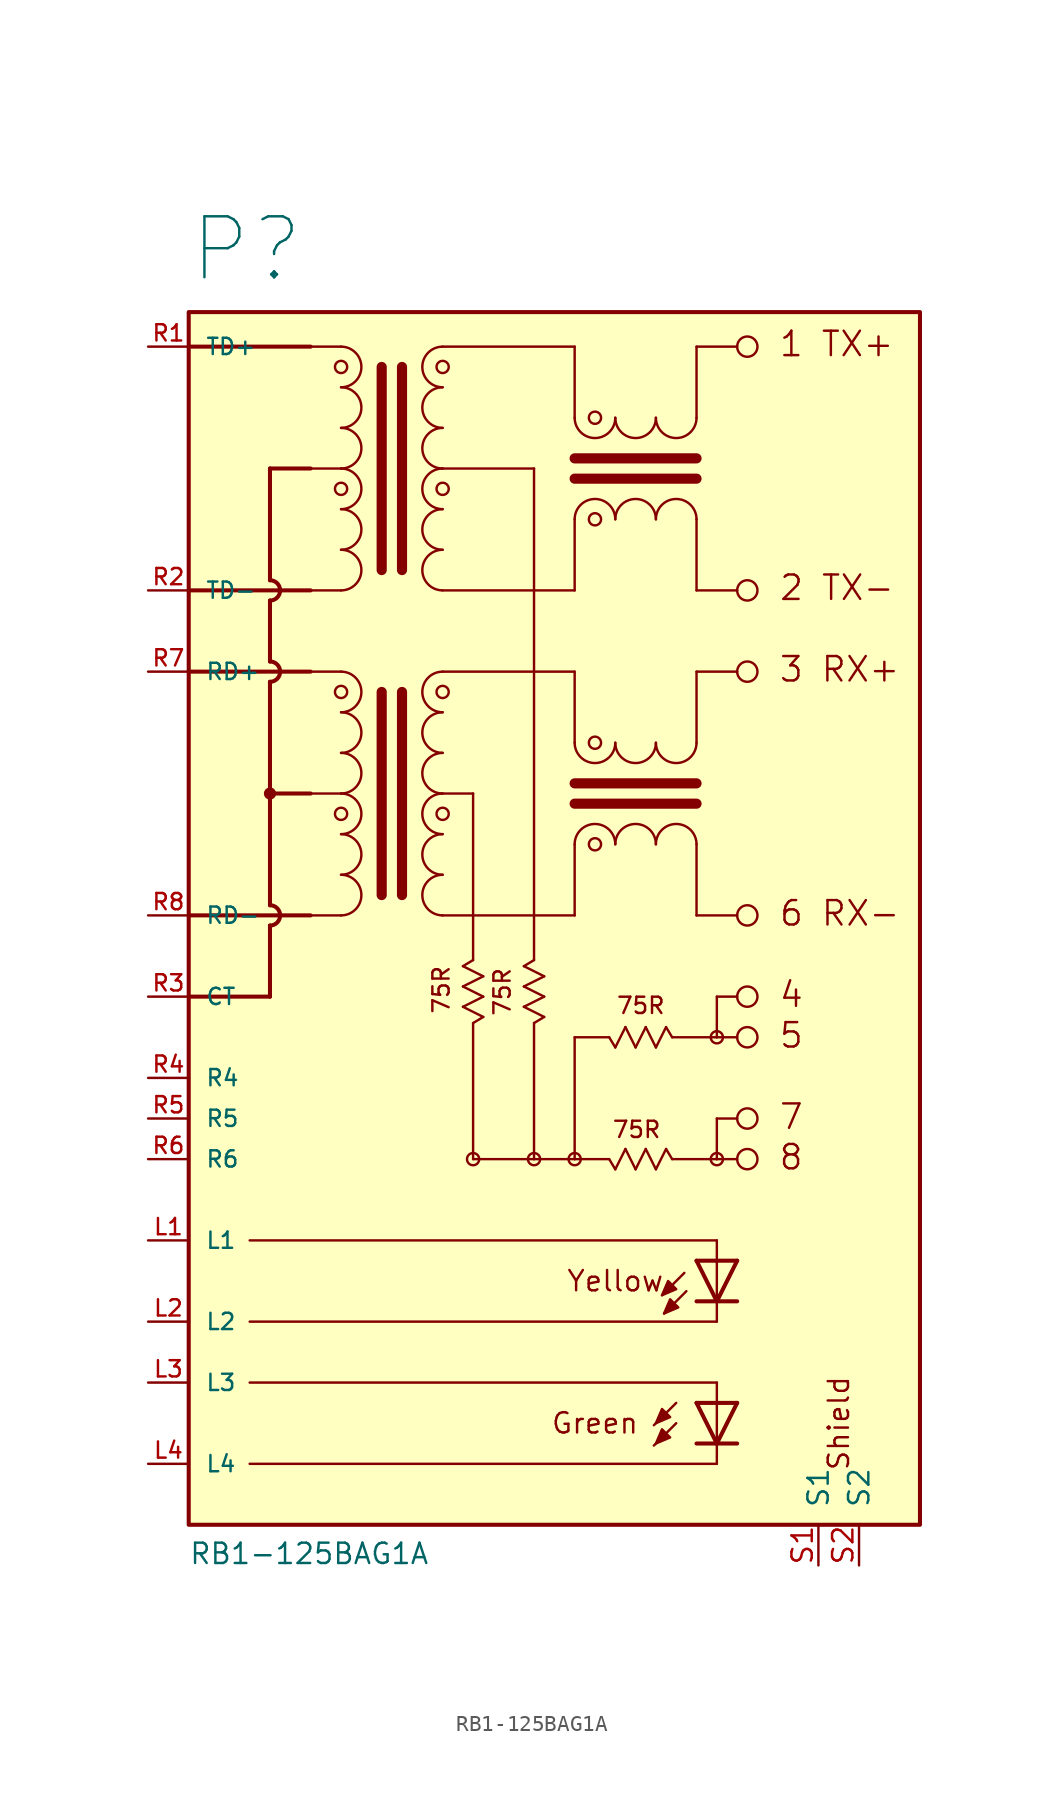
<source format=kicad_sym>
(kicad_symbol_lib
  (version 20220914)
  (generator kicad_symbol_editor)
  (symbol "RB1-125BAG1A"
    (pin_names
      (offset 1.016))
    (property "Reference" "P"
      (at -22.885 39.426 0)
      (effects (font (size 3.81 3.81)) (justify left bottom)))
    (property "Value" "RB1-125BAG1A"
      (at -22.865 -40.652 0)
      (effects (font (size 1.27 1.27)) (justify left bottom)))
    (symbol "RB1-125BAG1A_0_0"
      (rectangle (start -22.86 37.719) (end 22.86 -38.1) (stroke (width 0.254) (type default)) (fill (type background)))
      (arc (start -17.78 -0.635) (mid -17.331 -0.449) (end -17.145 0) (stroke (width 0.254) (type default)) (fill (type none)))
      (circle (center -17.78 7.62) (radius 0.254) (stroke (width 0.254) (type default)) (fill (type none)))
      (arc (start -17.78 14.605) (mid -17.331 14.791) (end -17.145 15.24) (stroke (width 0.254) (type default)) (fill (type none)))
      (arc (start -17.78 19.685) (mid -17.331 19.871) (end -17.145 20.32) (stroke (width 0.254) (type default)) (fill (type none)))
      (arc (start -17.145 0) (mid -17.331 0.449) (end -17.78 0.635) (stroke (width 0.254) (type default)) (fill (type none)))
      (arc (start -17.145 15.24) (mid -17.331 15.689) (end -17.78 15.875) (stroke (width 0.254) (type default)) (fill (type none)))
      (arc (start -17.145 20.32) (mid -17.331 20.769) (end -17.78 20.955) (stroke (width 0.254) (type default)) (fill (type none)))
      (arc (start -13.335 0) (mid -12.0705 1.27) (end -13.335 2.54) (stroke (width 0.1524) (type default)) (fill (type none)))
      (arc (start -13.335 2.54) (mid -12.0705 3.81) (end -13.335 5.08) (stroke (width 0.1524) (type default)) (fill (type none)))
      (arc (start -13.335 5.08) (mid -12.0705 6.35) (end -13.335 7.62) (stroke (width 0.1524) (type default)) (fill (type none)))
      (circle (center -13.335 6.35) (radius 0.381) (stroke (width 0) (type default)) (fill (type none)))
      (arc (start -13.335 7.62) (mid -12.0705 8.89) (end -13.335 10.16) (stroke (width 0.1524) (type default)) (fill (type none)))
      (arc (start -13.335 10.16) (mid -12.0705 11.43) (end -13.335 12.7) (stroke (width 0.1524) (type default)) (fill (type none)))
      (arc (start -13.335 12.7) (mid -12.0705 13.97) (end -13.335 15.24) (stroke (width 0.1524) (type default)) (fill (type none)))
      (circle (center -13.335 13.97) (radius 0.381) (stroke (width 0) (type default)) (fill (type none)))
      (arc (start -13.335 20.32) (mid -12.0705 21.59) (end -13.335 22.86) (stroke (width 0.1524) (type default)) (fill (type none)))
      (arc (start -13.335 22.86) (mid -12.0705 24.13) (end -13.335 25.4) (stroke (width 0.1524) (type default)) (fill (type none)))
      (arc (start -13.335 25.4) (mid -12.0705 26.67) (end -13.335 27.94) (stroke (width 0.1524) (type default)) (fill (type none)))
      (circle (center -13.335 26.67) (radius 0.381) (stroke (width 0) (type default)) (fill (type none)))
      (arc (start -13.335 27.94) (mid -12.0705 29.21) (end -13.335 30.48) (stroke (width 0.1524) (type default)) (fill (type none)))
      (arc (start -13.335 30.48) (mid -12.0705 31.75) (end -13.335 33.02) (stroke (width 0.1524) (type default)) (fill (type none)))
      (arc (start -13.335 33.02) (mid -12.0705 34.29) (end -13.335 35.56) (stroke (width 0.1524) (type default)) (fill (type none)))
      (circle (center -13.335 34.29) (radius 0.381) (stroke (width 0) (type default)) (fill (type none)))
      (arc (start -6.985 2.54) (mid -8.2495 1.27) (end -6.985 0) (stroke (width 0.1524) (type default)) (fill (type none)))
      (arc (start -6.985 5.08) (mid -8.2495 3.81) (end -6.985 2.54) (stroke (width 0.1524) (type default)) (fill (type none)))
      (circle (center -6.985 6.35) (radius 0.381) (stroke (width 0) (type default)) (fill (type none)))
      (arc (start -6.985 7.62) (mid -8.2495 6.35) (end -6.985 5.08) (stroke (width 0.1524) (type default)) (fill (type none)))
      (arc (start -6.985 10.16) (mid -8.2495 8.89) (end -6.985 7.62) (stroke (width 0.1524) (type default)) (fill (type none)))
      (arc (start -6.985 12.7) (mid -8.2495 11.43) (end -6.985 10.16) (stroke (width 0.1524) (type default)) (fill (type none)))
      (circle (center -6.985 13.97) (radius 0.381) (stroke (width 0) (type default)) (fill (type none)))
      (arc (start -6.985 15.24) (mid -8.2495 13.97) (end -6.985 12.7) (stroke (width 0.1524) (type default)) (fill (type none)))
      (arc (start -6.985 22.86) (mid -8.2495 21.59) (end -6.985 20.32) (stroke (width 0.1524) (type default)) (fill (type none)))
      (arc (start -6.985 25.4) (mid -8.2495 24.13) (end -6.985 22.86) (stroke (width 0.1524) (type default)) (fill (type none)))
      (circle (center -6.985 26.67) (radius 0.381) (stroke (width 0) (type default)) (fill (type none)))
      (arc (start -6.985 27.94) (mid -8.2495 26.67) (end -6.985 25.4) (stroke (width 0.1524) (type default)) (fill (type none)))
      (arc (start -6.985 30.48) (mid -8.2495 29.21) (end -6.985 27.94) (stroke (width 0.1524) (type default)) (fill (type none)))
      (arc (start -6.985 33.02) (mid -8.2495 31.75) (end -6.985 30.48) (stroke (width 0.1524) (type default)) (fill (type none)))
      (circle (center -6.985 34.29) (radius 0.381) (stroke (width 0) (type default)) (fill (type none)))
      (arc (start -6.985 35.56) (mid -8.2495 34.29) (end -6.985 33.02) (stroke (width 0.1524) (type default)) (fill (type none)))
      (circle (center -5.08 -15.24) (radius 0.381) (stroke (width 0) (type default)) (fill (type none)))
      (circle (center -1.27 -15.24) (radius 0.381) (stroke (width 0) (type default)) (fill (type none)))
      (polyline (pts (xy -22.86 0) (xy -17.145 0)) (stroke (width 0.254) (type default)) (fill (type none)))
      (polyline (pts (xy -22.86 15.24) (xy -17.145 15.24)) (stroke (width 0.254) (type default)) (fill (type none)))
      (polyline (pts (xy -22.86 20.32) (xy -17.145 20.32)) (stroke (width 0.254) (type default)) (fill (type none)))
      (polyline (pts (xy -22.86 35.56) (xy -15.24 35.56)) (stroke (width 0.254) (type default)) (fill (type none)))
      (polyline (pts (xy -19.05 -34.29) (xy 10.16 -34.29)) (stroke (width 0.152) (type default)) (fill (type none)))
      (polyline (pts (xy -19.05 -29.21) (xy 10.16 -29.21)) (stroke (width 0.152) (type default)) (fill (type none)))
      (polyline (pts (xy -19.05 -25.4) (xy 10.16 -25.4)) (stroke (width 0.152) (type default)) (fill (type none)))
      (polyline (pts (xy -19.05 -20.32) (xy 10.16 -20.32)) (stroke (width 0.152) (type default)) (fill (type none)))
      (polyline (pts (xy -17.78 -5.08) (xy -22.86 -5.08)) (stroke (width 0.254) (type default)) (fill (type none)))
      (polyline (pts (xy -17.78 -0.635) (xy -17.78 -5.08)) (stroke (width 0.254) (type default)) (fill (type none)))
      (polyline (pts (xy -17.78 14.605) (xy -17.78 0.635)) (stroke (width 0.254) (type default)) (fill (type none)))
      (polyline (pts (xy -17.78 19.685) (xy -17.78 15.875)) (stroke (width 0.254) (type default)) (fill (type none)))
      (polyline (pts (xy -17.78 27.94) (xy -17.78 20.955)) (stroke (width 0.254) (type default)) (fill (type none)))
      (polyline (pts (xy -17.145 0) (xy -15.24 0)) (stroke (width 0.254) (type default)) (fill (type none)))
      (polyline (pts (xy -17.145 15.24) (xy -15.24 15.24)) (stroke (width 0.254) (type default)) (fill (type none)))
      (polyline (pts (xy -17.145 20.32) (xy -15.24 20.32)) (stroke (width 0.254) (type default)) (fill (type none)))
      (polyline (pts (xy -15.24 0) (xy -13.335 0)) (stroke (width 0.152) (type default)) (fill (type none)))
      (polyline (pts (xy -15.24 7.62) (xy -17.78 7.62)) (stroke (width 0.254) (type default)) (fill (type none)))
      (polyline (pts (xy -15.24 7.62) (xy -13.335 7.62)) (stroke (width 0.152) (type default)) (fill (type none)))
      (polyline (pts (xy -15.24 15.24) (xy -13.335 15.24)) (stroke (width 0.152) (type default)) (fill (type none)))
      (polyline (pts (xy -15.24 20.32) (xy -13.335 20.32)) (stroke (width 0.152) (type default)) (fill (type none)))
      (polyline (pts (xy -15.24 27.94) (xy -17.78 27.94)) (stroke (width 0.254) (type default)) (fill (type none)))
      (polyline (pts (xy -15.24 27.94) (xy -13.335 27.94)) (stroke (width 0.152) (type default)) (fill (type none)))
      (polyline (pts (xy -15.24 35.56) (xy -13.335 35.56)) (stroke (width 0.152) (type default)) (fill (type none)))
      (polyline (pts (xy -10.795 13.97) (xy -10.795 1.27)) (stroke (width 0.635) (type default)) (fill (type none)))
      (polyline (pts (xy -10.795 34.29) (xy -10.795 21.59)) (stroke (width 0.635) (type default)) (fill (type none)))
      (polyline (pts (xy -9.525 13.97) (xy -9.525 1.27)) (stroke (width 0.635) (type default)) (fill (type none)))
      (polyline (pts (xy -9.525 34.29) (xy -9.525 21.59)) (stroke (width 0.635) (type default)) (fill (type none)))
      (polyline (pts (xy -6.985 7.62) (xy -5.08 7.62)) (stroke (width 0.152) (type default)) (fill (type none)))
      (polyline (pts (xy -6.985 15.24) (xy 1.27 15.24)) (stroke (width 0.152) (type default)) (fill (type none)))
      (polyline (pts (xy -6.985 27.94) (xy -1.27 27.94)) (stroke (width 0.152) (type default)) (fill (type none)))
      (polyline (pts (xy -6.985 35.56) (xy 1.27 35.56)) (stroke (width 0.152) (type default)) (fill (type none)))
      (polyline (pts (xy -5.715 -5.715) (xy -4.445 -6.35)) (stroke (width 0.152) (type default)) (fill (type none)))
      (polyline (pts (xy -5.715 -4.445) (xy -4.445 -5.08)) (stroke (width 0.152) (type default)) (fill (type none)))
      (polyline (pts (xy -5.715 -3.175) (xy -4.445 -3.81)) (stroke (width 0.152) (type default)) (fill (type none)))
      (polyline (pts (xy -5.08 -15.24) (xy -1.27 -15.24)) (stroke (width 0.152) (type default)) (fill (type none)))
      (polyline (pts (xy -5.08 -6.731) (xy -5.08 -15.24)) (stroke (width 0.152) (type default)) (fill (type none)))
      (polyline (pts (xy -5.08 -2.794) (xy -5.715 -3.175)) (stroke (width 0.152) (type default)) (fill (type none)))
      (polyline (pts (xy -5.08 7.62) (xy -5.08 -2.794)) (stroke (width 0.152) (type default)) (fill (type none)))
      (polyline (pts (xy -4.445 -6.35) (xy -5.08 -6.731)) (stroke (width 0.152) (type default)) (fill (type none)))
      (polyline (pts (xy -4.445 -5.08) (xy -5.715 -5.715)) (stroke (width 0.152) (type default)) (fill (type none)))
      (polyline (pts (xy -4.445 -3.81) (xy -5.715 -4.445)) (stroke (width 0.152) (type default)) (fill (type none)))
      (polyline (pts (xy -1.905 -5.715) (xy -0.635 -6.35)) (stroke (width 0.152) (type default)) (fill (type none)))
      (polyline (pts (xy -1.905 -4.445) (xy -0.635 -5.08)) (stroke (width 0.152) (type default)) (fill (type none)))
      (polyline (pts (xy -1.905 -3.175) (xy -0.635 -3.81)) (stroke (width 0.152) (type default)) (fill (type none)))
      (polyline (pts (xy -1.27 -15.24) (xy 1.27 -15.24)) (stroke (width 0.152) (type default)) (fill (type none)))
      (polyline (pts (xy -1.27 -6.731) (xy -1.27 -15.24)) (stroke (width 0.152) (type default)) (fill (type none)))
      (polyline (pts (xy -1.27 -2.794) (xy -1.905 -3.175)) (stroke (width 0.152) (type default)) (fill (type none)))
      (polyline (pts (xy -1.27 27.94) (xy -1.27 -2.794)) (stroke (width 0.152) (type default)) (fill (type none)))
      (polyline (pts (xy -0.635 -6.35) (xy -1.27 -6.731)) (stroke (width 0.152) (type default)) (fill (type none)))
      (polyline (pts (xy -0.635 -5.08) (xy -1.905 -5.715)) (stroke (width 0.152) (type default)) (fill (type none)))
      (polyline (pts (xy -0.635 -3.81) (xy -1.905 -4.445)) (stroke (width 0.152) (type default)) (fill (type none)))
      (polyline (pts (xy 1.27 -15.24) (xy 3.429 -15.24)) (stroke (width 0.152) (type default)) (fill (type none)))
      (polyline (pts (xy 1.27 -7.62) (xy 1.27 -15.24)) (stroke (width 0.152) (type default)) (fill (type none)))
      (polyline (pts (xy 1.27 0) (xy -6.985 0)) (stroke (width 0.152) (type default)) (fill (type none)))
      (polyline (pts (xy 1.27 0) (xy 1.27 4.445)) (stroke (width 0.152) (type default)) (fill (type none)))
      (polyline (pts (xy 1.27 6.985) (xy 8.89 6.985)) (stroke (width 0.635) (type default)) (fill (type none)))
      (polyline (pts (xy 1.27 8.255) (xy 8.89 8.255)) (stroke (width 0.635) (type default)) (fill (type none)))
      (polyline (pts (xy 1.27 15.24) (xy 1.27 10.795)) (stroke (width 0.152) (type default)) (fill (type none)))
      (polyline (pts (xy 1.27 20.32) (xy -6.985 20.32)) (stroke (width 0.152) (type default)) (fill (type none)))
      (polyline (pts (xy 1.27 20.32) (xy 1.27 24.765)) (stroke (width 0.152) (type default)) (fill (type none)))
      (polyline (pts (xy 1.27 27.305) (xy 8.89 27.305)) (stroke (width 0.635) (type default)) (fill (type none)))
      (polyline (pts (xy 1.27 28.575) (xy 8.89 28.575)) (stroke (width 0.635) (type default)) (fill (type none)))
      (polyline (pts (xy 1.27 35.56) (xy 1.27 31.115)) (stroke (width 0.152) (type default)) (fill (type none)))
      (polyline (pts (xy 3.429 -15.24) (xy 3.81 -15.875)) (stroke (width 0.152) (type default)) (fill (type none)))
      (polyline (pts (xy 3.429 -7.62) (xy 1.27 -7.62)) (stroke (width 0.152) (type default)) (fill (type none)))
      (polyline (pts (xy 3.429 -7.62) (xy 3.81 -8.255)) (stroke (width 0.152) (type default)) (fill (type none)))
      (polyline (pts (xy 3.81 -15.875) (xy 4.445 -14.605)) (stroke (width 0.152) (type default)) (fill (type none)))
      (polyline (pts (xy 3.81 -8.255) (xy 4.445 -6.985)) (stroke (width 0.152) (type default)) (fill (type none)))
      (polyline (pts (xy 4.445 -14.605) (xy 5.08 -15.875)) (stroke (width 0.152) (type default)) (fill (type none)))
      (polyline (pts (xy 4.445 -6.985) (xy 5.08 -8.255)) (stroke (width 0.152) (type default)) (fill (type none)))
      (polyline (pts (xy 5.08 -15.875) (xy 5.715 -14.605)) (stroke (width 0.152) (type default)) (fill (type none)))
      (polyline (pts (xy 5.08 -8.255) (xy 5.715 -6.985)) (stroke (width 0.152) (type default)) (fill (type none)))
      (polyline (pts (xy 5.715 -14.605) (xy 6.35 -15.875)) (stroke (width 0.152) (type default)) (fill (type none)))
      (polyline (pts (xy 5.715 -6.985) (xy 6.35 -8.255)) (stroke (width 0.152) (type default)) (fill (type none)))
      (polyline (pts (xy 6.35 -15.875) (xy 6.985 -14.605)) (stroke (width 0.152) (type default)) (fill (type none)))
      (polyline (pts (xy 6.35 -8.255) (xy 6.985 -6.985)) (stroke (width 0.152) (type default)) (fill (type none)))
      (polyline (pts (xy 6.985 -14.605) (xy 7.366 -15.24)) (stroke (width 0.152) (type default)) (fill (type none)))
      (polyline (pts (xy 6.985 -6.985) (xy 7.366 -7.62)) (stroke (width 0.152) (type default)) (fill (type none)))
      (polyline (pts (xy 7.366 -15.24) (xy 10.16 -15.24)) (stroke (width 0.152) (type default)) (fill (type none)))
      (polyline (pts (xy 7.62 -31.75) (xy 6.223 -33.147)) (stroke (width 0.152) (type default)) (fill (type none)))
      (polyline (pts (xy 7.62 -30.48) (xy 6.223 -31.877)) (stroke (width 0.152) (type default)) (fill (type none)))
      (polyline (pts (xy 8.128 -22.352) (xy 6.731 -23.749)) (stroke (width 0.152) (type default)) (fill (type none)))
      (polyline (pts (xy 8.255 -23.495) (xy 6.858 -24.892)) (stroke (width 0.152) (type default)) (fill (type none)))
      (polyline (pts (xy 8.89 0) (xy 11.43 0)) (stroke (width 0.152) (type default)) (fill (type none)))
      (polyline (pts (xy 8.89 4.445) (xy 8.89 0)) (stroke (width 0.152) (type default)) (fill (type none)))
      (polyline (pts (xy 8.89 10.795) (xy 8.89 15.24)) (stroke (width 0.152) (type default)) (fill (type none)))
      (polyline (pts (xy 8.89 15.24) (xy 11.43 15.24)) (stroke (width 0.152) (type default)) (fill (type none)))
      (polyline (pts (xy 8.89 20.32) (xy 11.43 20.32)) (stroke (width 0.152) (type default)) (fill (type none)))
      (polyline (pts (xy 8.89 24.765) (xy 8.89 20.32)) (stroke (width 0.152) (type default)) (fill (type none)))
      (polyline (pts (xy 8.89 31.115) (xy 8.89 35.56)) (stroke (width 0.152) (type default)) (fill (type none)))
      (polyline (pts (xy 8.89 35.56) (xy 11.43 35.56)) (stroke (width 0.152) (type default)) (fill (type none)))
      (polyline (pts (xy 10.16 -34.29) (xy 10.16 -33.02)) (stroke (width 0.152) (type default)) (fill (type none)))
      (polyline (pts (xy 10.16 -33.02) (xy 8.89 -33.02)) (stroke (width 0.254) (type default)) (fill (type none)))
      (polyline (pts (xy 10.16 -33.02) (xy 8.89 -30.48)) (stroke (width 0.254) (type default)) (fill (type none)))
      (polyline (pts (xy 10.16 -30.48) (xy 8.89 -30.48)) (stroke (width 0.254) (type default)) (fill (type none)))
      (polyline (pts (xy 10.16 -30.48) (xy 10.16 -33.02)) (stroke (width 0.152) (type default)) (fill (type none)))
      (polyline (pts (xy 10.16 -29.21) (xy 10.16 -30.48)) (stroke (width 0.152) (type default)) (fill (type none)))
      (polyline (pts (xy 10.16 -25.4) (xy 10.16 -24.13)) (stroke (width 0.152) (type default)) (fill (type none)))
      (polyline (pts (xy 10.16 -24.13) (xy 8.89 -24.13)) (stroke (width 0.254) (type default)) (fill (type none)))
      (polyline (pts (xy 10.16 -24.13) (xy 8.89 -21.59)) (stroke (width 0.254) (type default)) (fill (type none)))
      (polyline (pts (xy 10.16 -21.59) (xy 8.89 -21.59)) (stroke (width 0.254) (type default)) (fill (type none)))
      (polyline (pts (xy 10.16 -21.59) (xy 10.16 -24.13)) (stroke (width 0.152) (type default)) (fill (type none)))
      (polyline (pts (xy 10.16 -20.32) (xy 10.16 -21.59)) (stroke (width 0.152) (type default)) (fill (type none)))
      (polyline (pts (xy 10.16 -15.24) (xy 11.43 -15.24)) (stroke (width 0.152) (type default)) (fill (type none)))
      (polyline (pts (xy 10.16 -12.7) (xy 10.16 -15.24)) (stroke (width 0.152) (type default)) (fill (type none)))
      (polyline (pts (xy 10.16 -7.62) (xy 7.366 -7.62)) (stroke (width 0.152) (type default)) (fill (type none)))
      (polyline (pts (xy 10.16 -7.62) (xy 11.43 -7.62)) (stroke (width 0.152) (type default)) (fill (type none)))
      (polyline (pts (xy 10.16 -5.08) (xy 10.16 -7.62)) (stroke (width 0.152) (type default)) (fill (type none)))
      (polyline (pts (xy 11.43 -33.02) (xy 10.16 -33.02)) (stroke (width 0.254) (type default)) (fill (type none)))
      (polyline (pts (xy 11.43 -30.48) (xy 10.16 -33.02)) (stroke (width 0.254) (type default)) (fill (type none)))
      (polyline (pts (xy 11.43 -30.48) (xy 10.16 -30.48)) (stroke (width 0.254) (type default)) (fill (type none)))
      (polyline (pts (xy 11.43 -24.13) (xy 10.16 -24.13)) (stroke (width 0.254) (type default)) (fill (type none)))
      (polyline (pts (xy 11.43 -21.59) (xy 10.16 -24.13)) (stroke (width 0.254) (type default)) (fill (type none)))
      (polyline (pts (xy 11.43 -21.59) (xy 10.16 -21.59)) (stroke (width 0.254) (type default)) (fill (type none)))
      (polyline (pts (xy 11.43 -12.7) (xy 10.16 -12.7)) (stroke (width 0.152) (type default)) (fill (type none)))
      (polyline (pts (xy 11.43 -5.08) (xy 10.16 -5.08)) (stroke (width 0.152) (type default)) (fill (type none)))
      (polyline (pts (xy 6.35 -33.02) (xy 6.731 -32.131) (xy 7.239 -32.639) (xy 6.35 -33.02)) (stroke (width 0.152) (type default)) (fill (type outline)))
      (polyline (pts (xy 6.35 -31.75) (xy 6.731 -30.861) (xy 7.239 -31.369) (xy 6.35 -31.75)) (stroke (width 0.152) (type default)) (fill (type outline)))
      (polyline (pts (xy 6.731 -23.749) (xy 7.112 -22.86) (xy 7.62 -23.368) (xy 6.731 -23.749)) (stroke (width 0.152) (type default)) (fill (type outline)))
      (polyline (pts (xy 6.858 -24.892) (xy 7.239 -24.003) (xy 7.747 -24.511) (xy 6.858 -24.892)) (stroke (width 0.152) (type default)) (fill (type outline)))
      (circle (center 1.27 -15.24) (radius 0.381) (stroke (width 0) (type default)) (fill (type none)))
      (arc (start 1.27 10.795) (mid 2.54 9.5305) (end 3.81 10.795) (stroke (width 0.1524) (type default)) (fill (type none)))
      (arc (start 1.27 31.115) (mid 2.54 29.8505) (end 3.81 31.115) (stroke (width 0.1524) (type default)) (fill (type none)))
      (circle (center 2.54 4.445) (radius 0.381) (stroke (width 0) (type default)) (fill (type none)))
      (circle (center 2.54 10.795) (radius 0.381) (stroke (width 0) (type default)) (fill (type none)))
      (circle (center 2.54 24.765) (radius 0.381) (stroke (width 0) (type default)) (fill (type none)))
      (circle (center 2.54 31.115) (radius 0.381) (stroke (width 0) (type default)) (fill (type none)))
      (arc (start 3.81 4.445) (mid 2.54 5.7095) (end 1.27 4.445) (stroke (width 0.1524) (type default)) (fill (type none)))
      (arc (start 3.81 10.795) (mid 5.08 9.5305) (end 6.35 10.795) (stroke (width 0.1524) (type default)) (fill (type none)))
      (arc (start 3.81 24.765) (mid 2.54 26.0295) (end 1.27 24.765) (stroke (width 0.1524) (type default)) (fill (type none)))
      (arc (start 3.81 31.115) (mid 5.08 29.8505) (end 6.35 31.115) (stroke (width 0.1524) (type default)) (fill (type none)))
      (arc (start 6.35 4.445) (mid 5.08 5.7095) (end 3.81 4.445) (stroke (width 0.1524) (type default)) (fill (type none)))
      (arc (start 6.35 10.795) (mid 7.62 9.5305) (end 8.89 10.795) (stroke (width 0.1524) (type default)) (fill (type none)))
      (arc (start 6.35 24.765) (mid 5.08 26.0295) (end 3.81 24.765) (stroke (width 0.1524) (type default)) (fill (type none)))
      (arc (start 6.35 31.115) (mid 7.62 29.8505) (end 8.89 31.115) (stroke (width 0.1524) (type default)) (fill (type none)))
      (arc (start 8.89 4.445) (mid 7.62 5.7095) (end 6.35 4.445) (stroke (width 0.1524) (type default)) (fill (type none)))
      (arc (start 8.89 24.765) (mid 7.62 26.0295) (end 6.35 24.765) (stroke (width 0.1524) (type default)) (fill (type none)))
      (circle (center 10.16 -15.24) (radius 0.381) (stroke (width 0) (type default)) (fill (type none)))
      (circle (center 10.16 -7.62) (radius 0.381) (stroke (width 0) (type default)) (fill (type none)))
      (circle (center 12.065 -15.24) (radius 0.635) (stroke (width 0.152) (type default)) (fill (type none)))
      (circle (center 12.065 -12.7) (radius 0.635) (stroke (width 0.152) (type default)) (fill (type none)))
      (circle (center 12.065 -7.62) (radius 0.635) (stroke (width 0.152) (type default)) (fill (type none)))
      (circle (center 12.065 -5.08) (radius 0.635) (stroke (width 0.152) (type default)) (fill (type none)))
      (circle (center 12.065 0) (radius 0.635) (stroke (width 0.152) (type default)) (fill (type none)))
      (circle (center 12.065 15.24) (radius 0.635) (stroke (width 0.152) (type default)) (fill (type none)))
      (circle (center 12.065 20.32) (radius 0.635) (stroke (width 0.152) (type default)) (fill (type none)))
      (circle (center 12.065 35.56) (radius 0.635) (stroke (width 0.152) (type default)) (fill (type none)))
      (text "1 TX+" (at 13.991 34.837 0) (effects (font (size 1.526 1.526)) (justify left bottom)))
      (text "2 TX-" (at 14.005 19.594 0) (effects (font (size 1.527 1.527)) (justify left bottom)))
      (text "3 RX+" (at 13.992 14.495 0) (effects (font (size 1.526 1.526)) (justify left bottom)))
      (text "4" (at 13.991 -5.848 0) (effects (font (size 1.526 1.526)) (justify left bottom)))
      (text "5" (at 13.992 -8.392 0) (effects (font (size 1.526 1.526)) (justify left bottom)))
      (text "6 RX-" (at 13.999 -0.763 0) (effects (font (size 1.526 1.526)) (justify left bottom)))
      (text "7" (at 13.989 -13.475 0) (effects (font (size 1.526 1.526)) (justify left bottom)))
      (text "75R" (at -6.478 -6.227 900) (effects (font (size 1.017 1.017)) (justify left bottom)))
      (text "75R" (at -2.662 -6.362 900) (effects (font (size 1.018 1.018)) (justify left bottom)))
      (text "75R" (at 3.566 -13.987 0) (effects (font (size 1.017 1.017)) (justify left bottom)))
      (text "75R" (at 3.826 -6.234 0) (effects (font (size 1.018 1.018)) (justify left bottom)))
      (text "8" (at 13.976 -16.007 0) (effects (font (size 1.524 1.524)) (justify left bottom)))
      (pin passive line (at -25.4 -20.32 0) (length 2.54) (name "L1" (effects (font (size 1.016 1.016)))) (number "L1" (effects (font (size 1.016 1.016)))))
      (pin passive line (at -25.4 -25.4 0) (length 2.54) (name "L2" (effects (font (size 1.016 1.016)))) (number "L2" (effects (font (size 1.016 1.016)))))
      (pin passive line (at -25.4 -29.21 0) (length 2.54) (name "L3" (effects (font (size 1.016 1.016)))) (number "L3" (effects (font (size 1.016 1.016)))))
      (pin passive line (at -25.4 -34.29 0) (length 2.54) (name "L4" (effects (font (size 1.016 1.016)))) (number "L4" (effects (font (size 1.016 1.016)))))
      (pin input line (at -25.4 35.56 0) (length 2.54) (name "TD+" (effects (font (size 1.016 1.016)))) (number "R1" (effects (font (size 1.016 1.016)))))
      (pin input line (at -25.4 20.32 0) (length 2.54) (name "TD-" (effects (font (size 1.016 1.016)))) (number "R2" (effects (font (size 1.016 1.016)))))
      (pin input line (at -25.4 -5.08 0) (length 2.54) (name "CT" (effects (font (size 1.016 1.016)))) (number "R3" (effects (font (size 1.016 1.016)))))
      (pin input line (at -25.4 -10.16 0) (length 2.54) (name "R4" (effects (font (size 1.016 1.016)))) (number "R4" (effects (font (size 1.016 1.016)))))
      (pin input line (at -25.4 -12.7 0) (length 2.54) (name "R5" (effects (font (size 1.016 1.016)))) (number "R5" (effects (font (size 1.016 1.016)))))
      (pin input line (at -25.4 -15.24 0) (length 2.54) (name "R6" (effects (font (size 1.016 1.016)))) (number "R6" (effects (font (size 1.016 1.016)))))
      (pin input line (at -25.4 15.24 0) (length 2.54) (name "RD+" (effects (font (size 1.016 1.016)))) (number "R7" (effects (font (size 1.016 1.016)))))
      (pin input line (at -25.4 0 0) (length 2.54) (name "RD-" (effects (font (size 1.016 1.016)))) (number "R8" (effects (font (size 1.016 1.016))))))
    (symbol "RB1-125BAG1A_1_1"
      (text "Green" (at 2.54 -31.75 0) (effects (font (size 1.27 1.27))))
      (text "Shield" (at 17.78 -31.75 900) (effects (font (size 1.27 1.27))))
      (text "Yellow" (at 3.81 -22.86 0) (effects (font (size 1.27 1.27))))
      (pin passive line (at 16.51 -40.64 90) (length 2.54) (name "S1" (effects (font (size 1.27 1.27)))) (number "S1" (effects (font (size 1.27 1.27)))))
      (pin passive line (at 19.05 -40.64 90) (length 2.54) (name "S2" (effects (font (size 1.27 1.27)))) (number "S2" (effects (font (size 1.27 1.27))))))))
</source>
